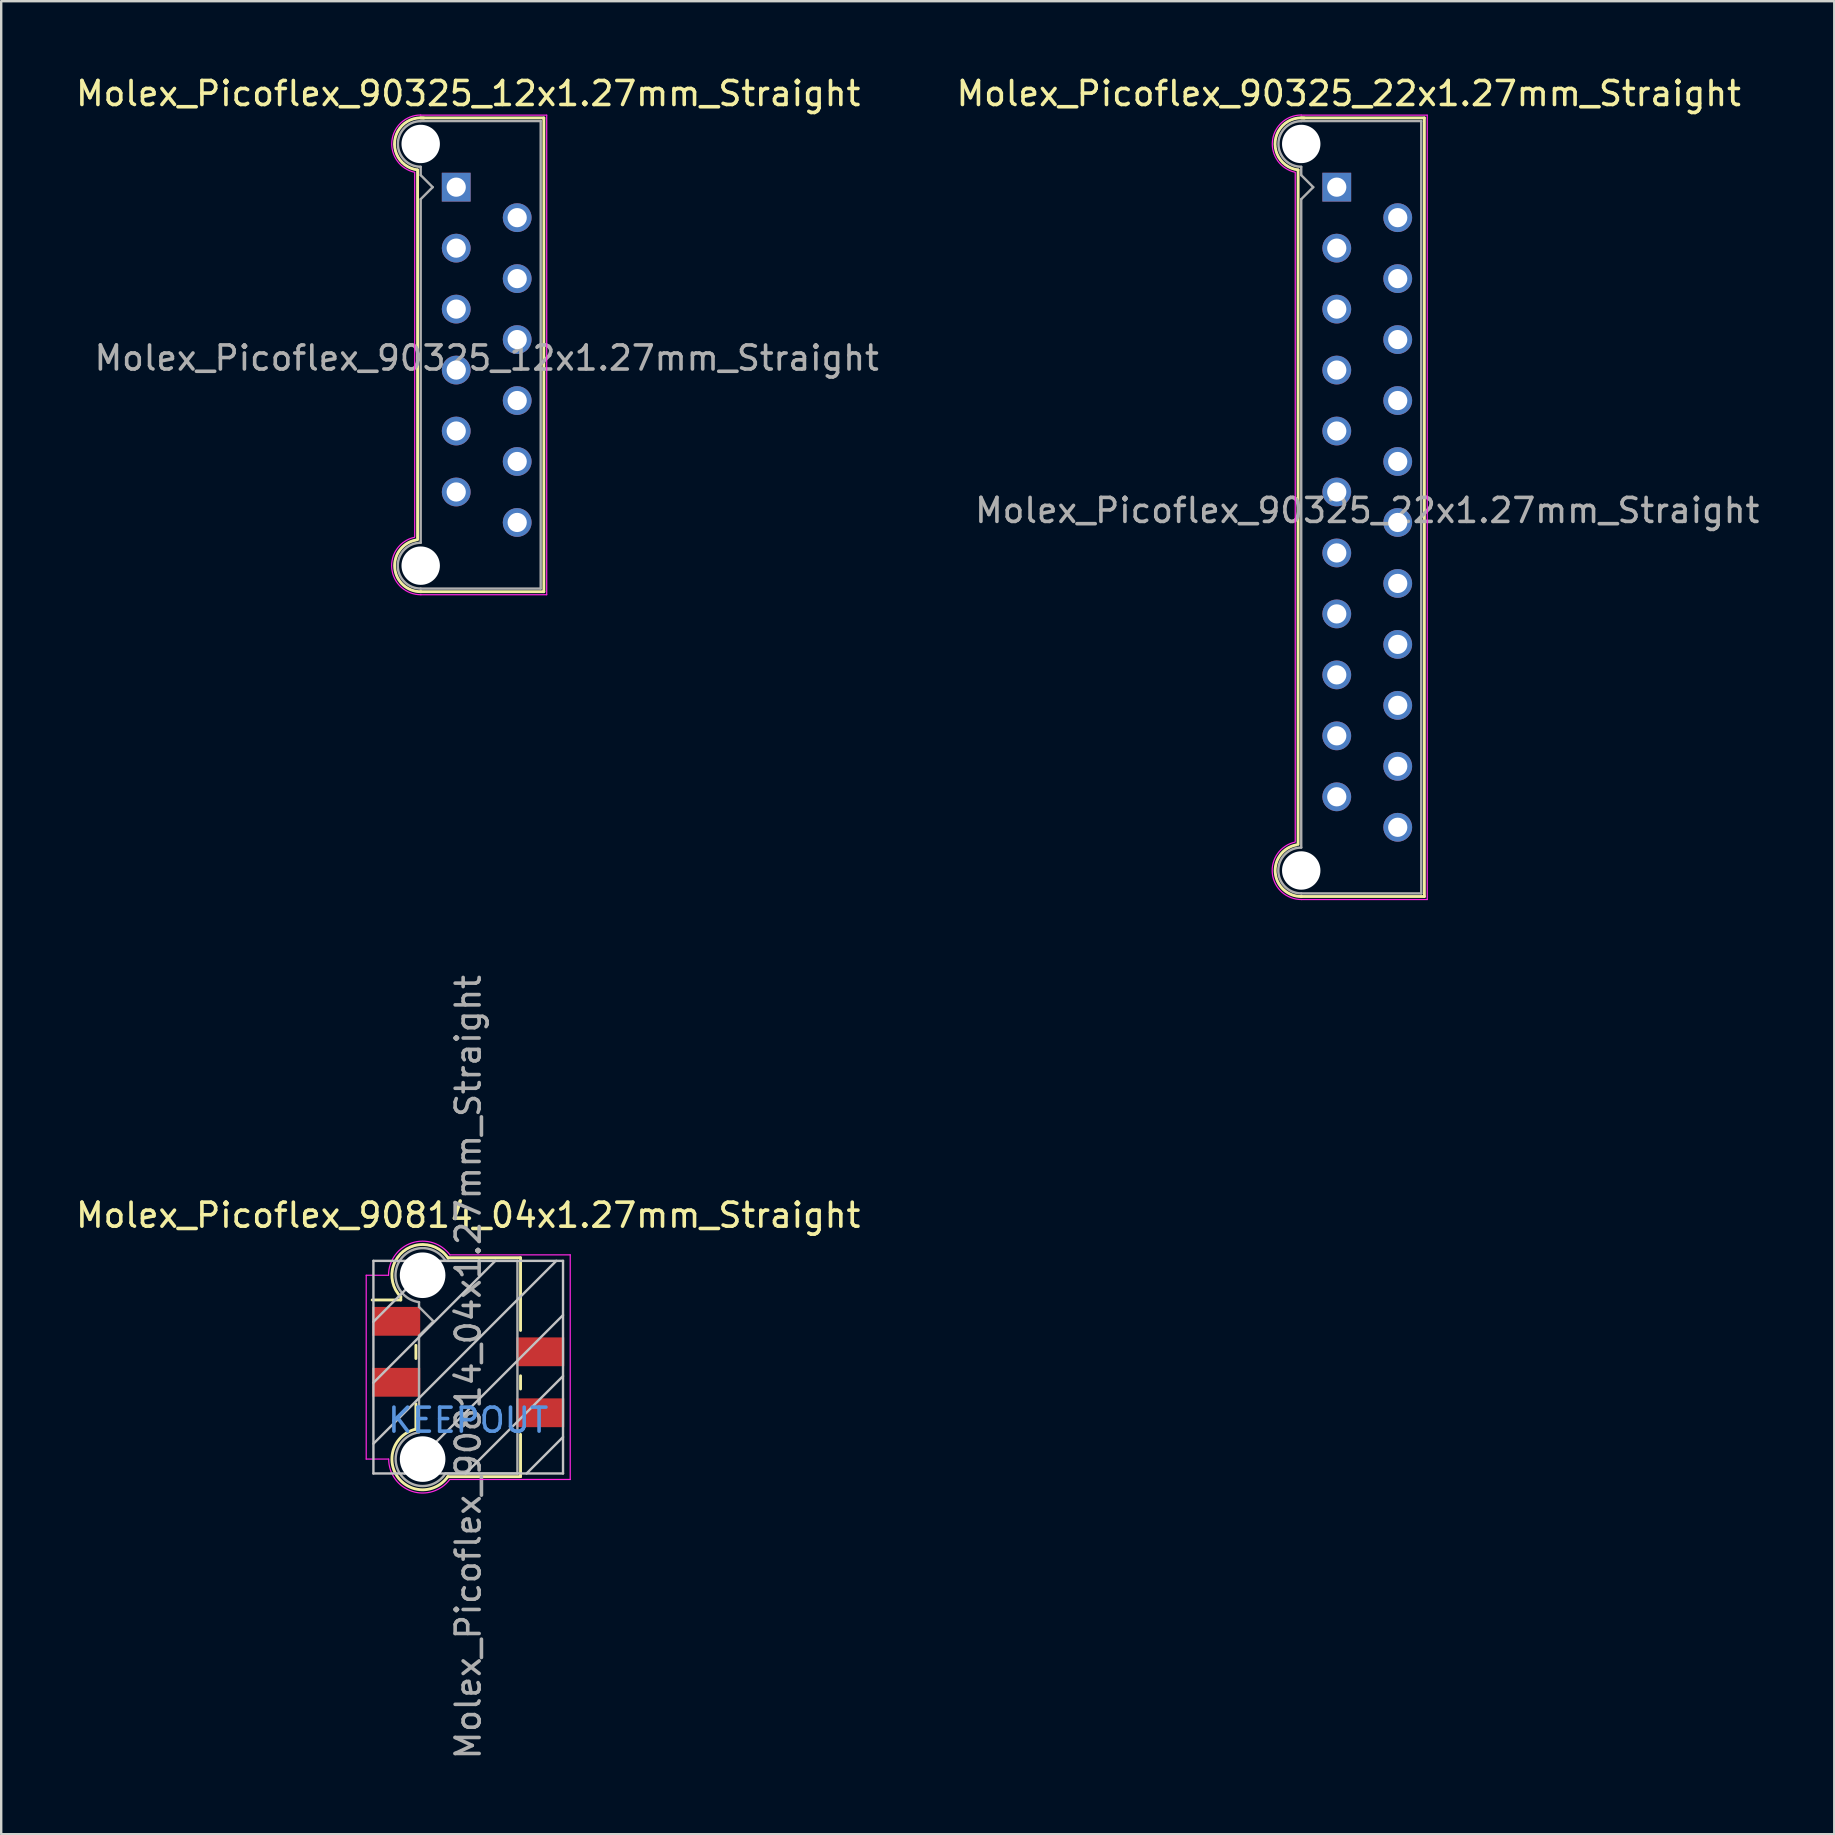
<source format=kicad_pcb>
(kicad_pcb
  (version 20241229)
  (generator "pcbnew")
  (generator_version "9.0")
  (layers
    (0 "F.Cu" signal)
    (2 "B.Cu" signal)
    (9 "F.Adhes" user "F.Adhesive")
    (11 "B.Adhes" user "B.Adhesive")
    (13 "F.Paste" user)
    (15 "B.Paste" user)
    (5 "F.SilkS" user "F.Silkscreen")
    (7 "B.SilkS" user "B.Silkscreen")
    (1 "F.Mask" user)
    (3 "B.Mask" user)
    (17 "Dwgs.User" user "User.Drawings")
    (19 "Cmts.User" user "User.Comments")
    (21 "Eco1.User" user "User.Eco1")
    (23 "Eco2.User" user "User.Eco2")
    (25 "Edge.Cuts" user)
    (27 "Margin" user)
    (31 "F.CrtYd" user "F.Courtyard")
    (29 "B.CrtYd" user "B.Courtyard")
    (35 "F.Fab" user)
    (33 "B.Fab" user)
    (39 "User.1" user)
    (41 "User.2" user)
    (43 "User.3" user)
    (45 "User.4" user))
  (footprint "Molex_Picoflex_90814_04x1.27mm_Straight"
    (layer "F.Cu")
    (at 16.458 53.912)
    (property "Reference" "Molex_Picoflex_90814_04x1.27mm_Straight" (at 0 -6.33 0) (layer "F.SilkS") (effects (font (size 1 1) (thickness 0.15))))
    (attr smd)
    (fp_line (start -2.81 -2.93) (end -2.81 -2.8) (stroke (width 0.12) (type solid)) (layer "F.SilkS"))
    (fp_line (start -2.81 -2.8) (end -4 -2.8) (stroke (width 0.12) (type solid)) (layer "F.SilkS"))
    (fp_line (start -2.18 -0.36) (end -2.18 -0.91) (stroke (width 0.12) (type solid)) (layer "F.SilkS"))
    (fp_line (start -2.18 2.58) (end -2.18 1.53) (stroke (width 0.12) (type solid)) (layer "F.SilkS"))
    (fp_line (start 2.18 -4.56) (end -0.82 -4.56) (stroke (width 0.12) (type solid)) (layer "F.SilkS"))
    (fp_line (start 2.18 -4.56) (end 2.18 -1.53) (stroke (width 0.12) (type solid)) (layer "F.SilkS"))
    (fp_line (start 2.18 0.36) (end 2.18 0.91) (stroke (width 0.12) (type solid)) (layer "F.SilkS"))
    (fp_line (start 2.18 2.8) (end 2.18 4.56) (stroke (width 0.12) (type solid)) (layer "F.SilkS"))
    (fp_line (start 2.18 4.56) (end -0.85 4.56) (stroke (width 0.12) (type solid)) (layer "F.SilkS"))
    (fp_arc (start -2.81 -2.93) (mid -2.708637 -4.822072) (end -0.834991 -4.539828) (stroke (width 0.12) (type solid)) (layer "F.SilkS"))
    (fp_arc (start -0.85 4.56) (mid -2.962791 4.541248) (end -2.174424 2.580964) (stroke (width 0.12) (type solid)) (layer "F.SilkS"))
    (fp_line (start -3.95 -4.43) (end -3.95 4.43) (stroke (width 0.1) (type solid)) (layer "Dwgs.User"))
    (fp_line (start -3.95 -1.89) (end -1.41 -4.43) (stroke (width 0.1) (type solid)) (layer "Dwgs.User"))
    (fp_line (start -3.95 0.65) (end 1.13 -4.43) (stroke (width 0.1) (type solid)) (layer "Dwgs.User"))
    (fp_line (start -3.95 3.19) (end 3.67 -4.43) (stroke (width 0.1) (type solid)) (layer "Dwgs.User"))
    (fp_line (start -3.95 4.43) (end 3.95 4.43) (stroke (width 0.1) (type solid)) (layer "Dwgs.User"))
    (fp_line (start -2.65 4.43) (end 3.95 -2.17) (stroke (width 0.1) (type solid)) (layer "Dwgs.User"))
    (fp_line (start -0.11 4.43) (end 3.95 0.37) (stroke (width 0.1) (type solid)) (layer "Dwgs.User"))
    (fp_line (start 2.43 4.43) (end 3.95 2.91) (stroke (width 0.1) (type solid)) (layer "Dwgs.User"))
    (fp_line (start 3.95 -4.43) (end -3.95 -4.43) (stroke (width 0.1) (type solid)) (layer "Dwgs.User"))
    (fp_line (start 3.95 4.43) (end 3.95 -4.43) (stroke (width 0.1) (type solid)) (layer "Dwgs.User"))
    (fp_line (start -4.25 3.83) (end -4.25 -3.83) (stroke (width 0.05) (type solid)) (layer "F.CrtYd"))
    (fp_line (start -3.32 -3.83) (end -4.25 -3.83) (stroke (width 0.05) (type solid)) (layer "F.CrtYd"))
    (fp_line (start -3.32 3.83) (end -4.25 3.83) (stroke (width 0.05) (type solid)) (layer "F.CrtYd"))
    (fp_line (start 4.25 -4.68) (end -0.76 -4.68) (stroke (width 0.05) (type solid)) (layer "F.CrtYd"))
    (fp_line (start 4.25 -4.68) (end 4.25 4.68) (stroke (width 0.05) (type solid)) (layer "F.CrtYd"))
    (fp_line (start 4.25 4.68) (end -0.77 4.68) (stroke (width 0.05) (type solid)) (layer "F.CrtYd"))
    (fp_arc (start -3.32 -3.83) (mid -2.344692 -5.178573) (end -0.758523 -4.674648) (stroke (width 0.05) (type solid)) (layer "F.CrtYd"))
    (fp_arc (start -0.77 4.68) (mid -2.348691 5.170924) (end -3.314001 3.828743) (stroke (width 0.05) (type solid)) (layer "F.CrtYd"))
    (fp_line (start -2.05 -2.51) (end -2.05 -2.71) (stroke (width 0.1) (type solid)) (layer "F.Fab"))
    (fp_line (start -2.05 -1.31) (end -1.45 -1.91) (stroke (width 0.1) (type solid)) (layer "F.Fab"))
    (fp_line (start -2.05 2.71) (end -2.05 -1.31) (stroke (width 0.1) (type solid)) (layer "F.Fab"))
    (fp_line (start -1.45 -1.91) (end -2.05 -2.51) (stroke (width 0.1) (type solid)) (layer "F.Fab"))
    (fp_line (start 2.05 -4.43) (end -0.93 -4.43) (stroke (width 0.1) (type solid)) (layer "F.Fab"))
    (fp_line (start 2.05 -4.43) (end 2.05 4.43) (stroke (width 0.1) (type solid)) (layer "F.Fab"))
    (fp_line (start 2.05 4.43) (end -0.95 4.43) (stroke (width 0.1) (type solid)) (layer "F.Fab"))
    (fp_arc (start -2.05 -2.71) (mid -2.851672 -4.439279) (end -0.945612 -4.435015) (stroke (width 0.1) (type solid)) (layer "F.Fab"))
    (fp_arc (start -0.95 4.43) (mid -2.845272 4.437422) (end -2.051022 2.716585) (stroke (width 0.1) (type solid)) (layer "F.Fab"))
    (fp_text user "KEEPOUT" (at 0 2.21 0) (layer "Cmts.User") (effects (font (size 1 1) (thickness 0.15))))
    (fp_text user "${REFERENCE}" (at 0 0 90) (layer "F.Fab") (effects (font (size 1 1) (thickness 0.15))))
    (pad "" np_thru_hole circle (at -1.9 -3.83) (size 1.9 1.9) (drill 1.9) (layers "*.Cu"))
    (pad "" np_thru_hole circle (at -1.9 3.83) (size 1.9 1.9) (drill 1.9) (layers "*.Cu"))
    (pad "1" smd rect (at -3 -1.91) (size 2 1.2) (layers "F.Cu" "F.Mask" "F.Paste"))
    (pad "2" smd rect (at 3 -0.64) (size 2 1.2) (layers "F.Cu" "F.Mask" "F.Paste"))
    (pad "3" smd rect (at -3 0.63) (size 2 1.2) (layers "F.Cu" "F.Mask" "F.Paste"))
    (pad "4" smd rect (at 3 1.9) (size 2 1.2) (layers "F.Cu" "F.Mask" "F.Paste")))
  (footprint "Molex_Picoflex_90325_22x1.27mm_Straight"
    (layer "F.Cu")
    (at 52.645 4.748)
    (property "Reference" "Molex_Picoflex_90325_22x1.27mm_Straight" (at 0.5 -3.9 0) (layer "F.SilkS") (effects (font (size 1 1) (thickness 0.15))))
    (attr through_hole)
    (fp_line (start -1.61 -0.715) (end -1.61 27.385) (stroke (width 0.12) (type solid)) (layer "F.SilkS"))
    (fp_line (start -1.48 -2.885) (end 3.65 -2.885) (stroke (width 0.12) (type solid)) (layer "F.SilkS"))
    (fp_line (start 3.65 -2.885) (end 3.65 29.555) (stroke (width 0.12) (type solid)) (layer "F.SilkS"))
    (fp_line (start 3.65 29.555) (end -1.48 29.555) (stroke (width 0.12) (type solid)) (layer "F.SilkS"))
    (fp_arc (start -1.61 -0.72) (mid -2.56 -1.93) (end -1.35 -2.88) (stroke (width 0.12) (type solid)) (layer "F.SilkS"))
    (fp_arc (start -1.47 29.555) (mid -2.56 28.574526) (end -1.678256 27.40322) (stroke (width 0.12) (type solid)) (layer "F.SilkS"))
    (fp_line (start -1.73 -0.6) (end -1.73 27.27) (stroke (width 0.05) (type solid)) (layer "F.CrtYd"))
    (fp_line (start -1.48 -3) (end 3.77 -3) (stroke (width 0.05) (type solid)) (layer "F.CrtYd"))
    (fp_line (start 3.77 -3) (end 3.77 29.68) (stroke (width 0.05) (type solid)) (layer "F.CrtYd"))
    (fp_line (start 3.77 29.68) (end -1.48 29.68) (stroke (width 0.05) (type solid)) (layer "F.CrtYd"))
    (fp_arc (start -1.73 -0.62) (mid -2.679668 -1.925287) (end -1.480799 -3.006192) (stroke (width 0.05) (type solid)) (layer "F.CrtYd"))
    (fp_arc (start -1.47 29.68) (mid -2.682326 28.606425) (end -1.741355 27.288521) (stroke (width 0.05) (type solid)) (layer "F.CrtYd"))
    (fp_line (start -1.48 -2.755) (end 3.52 -2.755) (stroke (width 0.1) (type solid)) (layer "F.Fab"))
    (fp_line (start -1.48 -0.845) (end -1.48 -0.5) (stroke (width 0.1) (type solid)) (layer "F.Fab"))
    (fp_line (start -1.48 -0.5) (end -0.98 0) (stroke (width 0.1) (type solid)) (layer "F.Fab"))
    (fp_line (start -1.48 0.5) (end -1.48 27.515) (stroke (width 0.1) (type solid)) (layer "F.Fab"))
    (fp_line (start -0.98 0) (end -1.48 0.5) (stroke (width 0.1) (type solid)) (layer "F.Fab"))
    (fp_line (start 3.52 -2.755) (end 3.52 29.425) (stroke (width 0.1) (type solid)) (layer "F.Fab"))
    (fp_line (start 3.52 29.425) (end -1.48 29.425) (stroke (width 0.1) (type solid)) (layer "F.Fab"))
    (fp_arc (start -1.48 -0.85) (mid -2.43 -1.8) (end -1.48 -2.75) (stroke (width 0.1) (type solid)) (layer "F.Fab"))
    (fp_arc (start -1.48 29.425) (mid -2.435 28.47) (end -1.48 27.515) (stroke (width 0.1) (type solid)) (layer "F.Fab"))
    (fp_text user "${REFERENCE}" (at 1.27 13.47 0) (layer "F.Fab") (effects (font (size 1 1) (thickness 0.15))))
    (pad "" np_thru_hole circle (at -1.48 -1.8) (size 1.6 1.6) (drill 1.6) (layers "*.Cu"))
    (pad "" np_thru_hole circle (at -1.48 28.47) (size 1.6 1.6) (drill 1.6) (layers "*.Cu"))
    (pad "1" thru_hole rect (at 0 0) (size 1.2 1.2) (drill 0.8) (layers "*.Cu" "*.Mask"))
    (pad "2" thru_hole circle (at 2.54 1.27) (size 1.2 1.2) (drill 0.8) (layers "*.Cu" "*.Mask"))
    (pad "3" thru_hole circle (at 0 2.54) (size 1.2 1.2) (drill 0.8) (layers "*.Cu" "*.Mask"))
    (pad "4" thru_hole circle (at 2.54 3.81) (size 1.2 1.2) (drill 0.8) (layers "*.Cu" "*.Mask"))
    (pad "5" thru_hole circle (at 0 5.08) (size 1.2 1.2) (drill 0.8) (layers "*.Cu" "*.Mask"))
    (pad "6" thru_hole circle (at 2.54 6.35) (size 1.2 1.2) (drill 0.8) (layers "*.Cu" "*.Mask"))
    (pad "7" thru_hole circle (at 0 7.62) (size 1.2 1.2) (drill 0.8) (layers "*.Cu" "*.Mask"))
    (pad "8" thru_hole circle (at 2.54 8.89) (size 1.2 1.2) (drill 0.8) (layers "*.Cu" "*.Mask"))
    (pad "9" thru_hole circle (at 0 10.16) (size 1.2 1.2) (drill 0.8) (layers "*.Cu" "*.Mask"))
    (pad "10" thru_hole circle (at 2.54 11.43) (size 1.2 1.2) (drill 0.8) (layers "*.Cu" "*.Mask"))
    (pad "11" thru_hole circle (at 0 12.7) (size 1.2 1.2) (drill 0.8) (layers "*.Cu" "*.Mask"))
    (pad "12" thru_hole circle (at 2.54 13.97) (size 1.2 1.2) (drill 0.8) (layers "*.Cu" "*.Mask"))
    (pad "13" thru_hole circle (at 0 15.24) (size 1.2 1.2) (drill 0.8) (layers "*.Cu" "*.Mask"))
    (pad "14" thru_hole circle (at 2.54 16.51) (size 1.2 1.2) (drill 0.8) (layers "*.Cu" "*.Mask"))
    (pad "15" thru_hole circle (at 0 17.78) (size 1.2 1.2) (drill 0.8) (layers "*.Cu" "*.Mask"))
    (pad "16" thru_hole circle (at 2.54 19.05) (size 1.2 1.2) (drill 0.8) (layers "*.Cu" "*.Mask"))
    (pad "17" thru_hole circle (at 0 20.32) (size 1.2 1.2) (drill 0.8) (layers "*.Cu" "*.Mask"))
    (pad "18" thru_hole circle (at 2.54 21.59) (size 1.2 1.2) (drill 0.8) (layers "*.Cu" "*.Mask"))
    (pad "19" thru_hole circle (at 0 22.86) (size 1.2 1.2) (drill 0.8) (layers "*.Cu" "*.Mask"))
    (pad "20" thru_hole circle (at 2.54 24.13) (size 1.2 1.2) (drill 0.8) (layers "*.Cu" "*.Mask"))
    (pad "21" thru_hole circle (at 0 25.4) (size 1.2 1.2) (drill 0.8) (layers "*.Cu" "*.Mask"))
    (pad "22" thru_hole circle (at 2.54 26.67) (size 1.2 1.2) (drill 0.8) (layers "*.Cu" "*.Mask")))
  (footprint "Molex_Picoflex_90325_12x1.27mm_Straight"
    (layer "F.Cu")
    (at 15.958 4.748)
    (property "Reference" "Molex_Picoflex_90325_12x1.27mm_Straight" (at 0.5 -3.9 0) (layer "F.SilkS") (effects (font (size 1 1) (thickness 0.15))))
    (attr through_hole)
    (fp_line (start -1.61 -0.715) (end -1.61 14.685) (stroke (width 0.12) (type solid)) (layer "F.SilkS"))
    (fp_line (start -1.48 -2.885) (end 3.65 -2.885) (stroke (width 0.12) (type solid)) (layer "F.SilkS"))
    (fp_line (start 3.65 -2.885) (end 3.65 16.855) (stroke (width 0.12) (type solid)) (layer "F.SilkS"))
    (fp_line (start 3.65 16.855) (end -1.48 16.855) (stroke (width 0.12) (type solid)) (layer "F.SilkS"))
    (fp_arc (start -1.61 -0.72) (mid -2.56 -1.93) (end -1.35 -2.88) (stroke (width 0.12) (type solid)) (layer "F.SilkS"))
    (fp_arc (start -1.47 16.855) (mid -2.56 15.874526) (end -1.678256 14.70322) (stroke (width 0.12) (type solid)) (layer "F.SilkS"))
    (fp_line (start -1.73 -0.6) (end -1.73 14.57) (stroke (width 0.05) (type solid)) (layer "F.CrtYd"))
    (fp_line (start -1.48 -3) (end 3.77 -3) (stroke (width 0.05) (type solid)) (layer "F.CrtYd"))
    (fp_line (start 3.77 -3) (end 3.77 16.98) (stroke (width 0.05) (type solid)) (layer "F.CrtYd"))
    (fp_line (start 3.77 16.98) (end -1.48 16.98) (stroke (width 0.05) (type solid)) (layer "F.CrtYd"))
    (fp_arc (start -1.73 -0.62) (mid -2.679668 -1.925287) (end -1.480799 -3.006192) (stroke (width 0.05) (type solid)) (layer "F.CrtYd"))
    (fp_arc (start -1.47 16.98) (mid -2.682326 15.906425) (end -1.741355 14.588521) (stroke (width 0.05) (type solid)) (layer "F.CrtYd"))
    (fp_line (start -1.48 -2.755) (end 3.52 -2.755) (stroke (width 0.1) (type solid)) (layer "F.Fab"))
    (fp_line (start -1.48 -0.845) (end -1.48 -0.5) (stroke (width 0.1) (type solid)) (layer "F.Fab"))
    (fp_line (start -1.48 -0.5) (end -0.98 0) (stroke (width 0.1) (type solid)) (layer "F.Fab"))
    (fp_line (start -1.48 0.5) (end -1.48 14.815) (stroke (width 0.1) (type solid)) (layer "F.Fab"))
    (fp_line (start -0.98 0) (end -1.48 0.5) (stroke (width 0.1) (type solid)) (layer "F.Fab"))
    (fp_line (start 3.52 -2.755) (end 3.52 16.725) (stroke (width 0.1) (type solid)) (layer "F.Fab"))
    (fp_line (start 3.52 16.725) (end -1.48 16.725) (stroke (width 0.1) (type solid)) (layer "F.Fab"))
    (fp_arc (start -1.48 -0.85) (mid -2.43 -1.8) (end -1.48 -2.75) (stroke (width 0.1) (type solid)) (layer "F.Fab"))
    (fp_arc (start -1.48 16.725) (mid -2.435 15.77) (end -1.48 14.815) (stroke (width 0.1) (type solid)) (layer "F.Fab"))
    (fp_text user "${REFERENCE}" (at 1.27 7.12 0) (layer "F.Fab") (effects (font (size 1 1) (thickness 0.15))))
    (pad "" np_thru_hole circle (at -1.48 -1.8) (size 1.6 1.6) (drill 1.6) (layers "*.Cu"))
    (pad "" np_thru_hole circle (at -1.48 15.77) (size 1.6 1.6) (drill 1.6) (layers "*.Cu"))
    (pad "1" thru_hole rect (at 0 0) (size 1.2 1.2) (drill 0.8) (layers "*.Cu" "*.Mask"))
    (pad "2" thru_hole circle (at 2.54 1.27) (size 1.2 1.2) (drill 0.8) (layers "*.Cu" "*.Mask"))
    (pad "3" thru_hole circle (at 0 2.54) (size 1.2 1.2) (drill 0.8) (layers "*.Cu" "*.Mask"))
    (pad "4" thru_hole circle (at 2.54 3.81) (size 1.2 1.2) (drill 0.8) (layers "*.Cu" "*.Mask"))
    (pad "5" thru_hole circle (at 0 5.08) (size 1.2 1.2) (drill 0.8) (layers "*.Cu" "*.Mask"))
    (pad "6" thru_hole circle (at 2.54 6.35) (size 1.2 1.2) (drill 0.8) (layers "*.Cu" "*.Mask"))
    (pad "7" thru_hole circle (at 0 7.62) (size 1.2 1.2) (drill 0.8) (layers "*.Cu" "*.Mask"))
    (pad "8" thru_hole circle (at 2.54 8.89) (size 1.2 1.2) (drill 0.8) (layers "*.Cu" "*.Mask"))
    (pad "9" thru_hole circle (at 0 10.16) (size 1.2 1.2) (drill 0.8) (layers "*.Cu" "*.Mask"))
    (pad "10" thru_hole circle (at 2.54 11.43) (size 1.2 1.2) (drill 0.8) (layers "*.Cu" "*.Mask"))
    (pad "11" thru_hole circle (at 0 12.7) (size 1.2 1.2) (drill 0.8) (layers "*.Cu" "*.Mask"))
    (pad "12" thru_hole circle (at 2.54 13.97) (size 1.2 1.2) (drill 0.8) (layers "*.Cu" "*.Mask")))
  (gr_rect
    (start -3 -3)
    (end 73.373 73.37)
    (stroke (width 0.1) (type default))
    (fill no)
    (layer "Edge.Cuts")))
</source>
